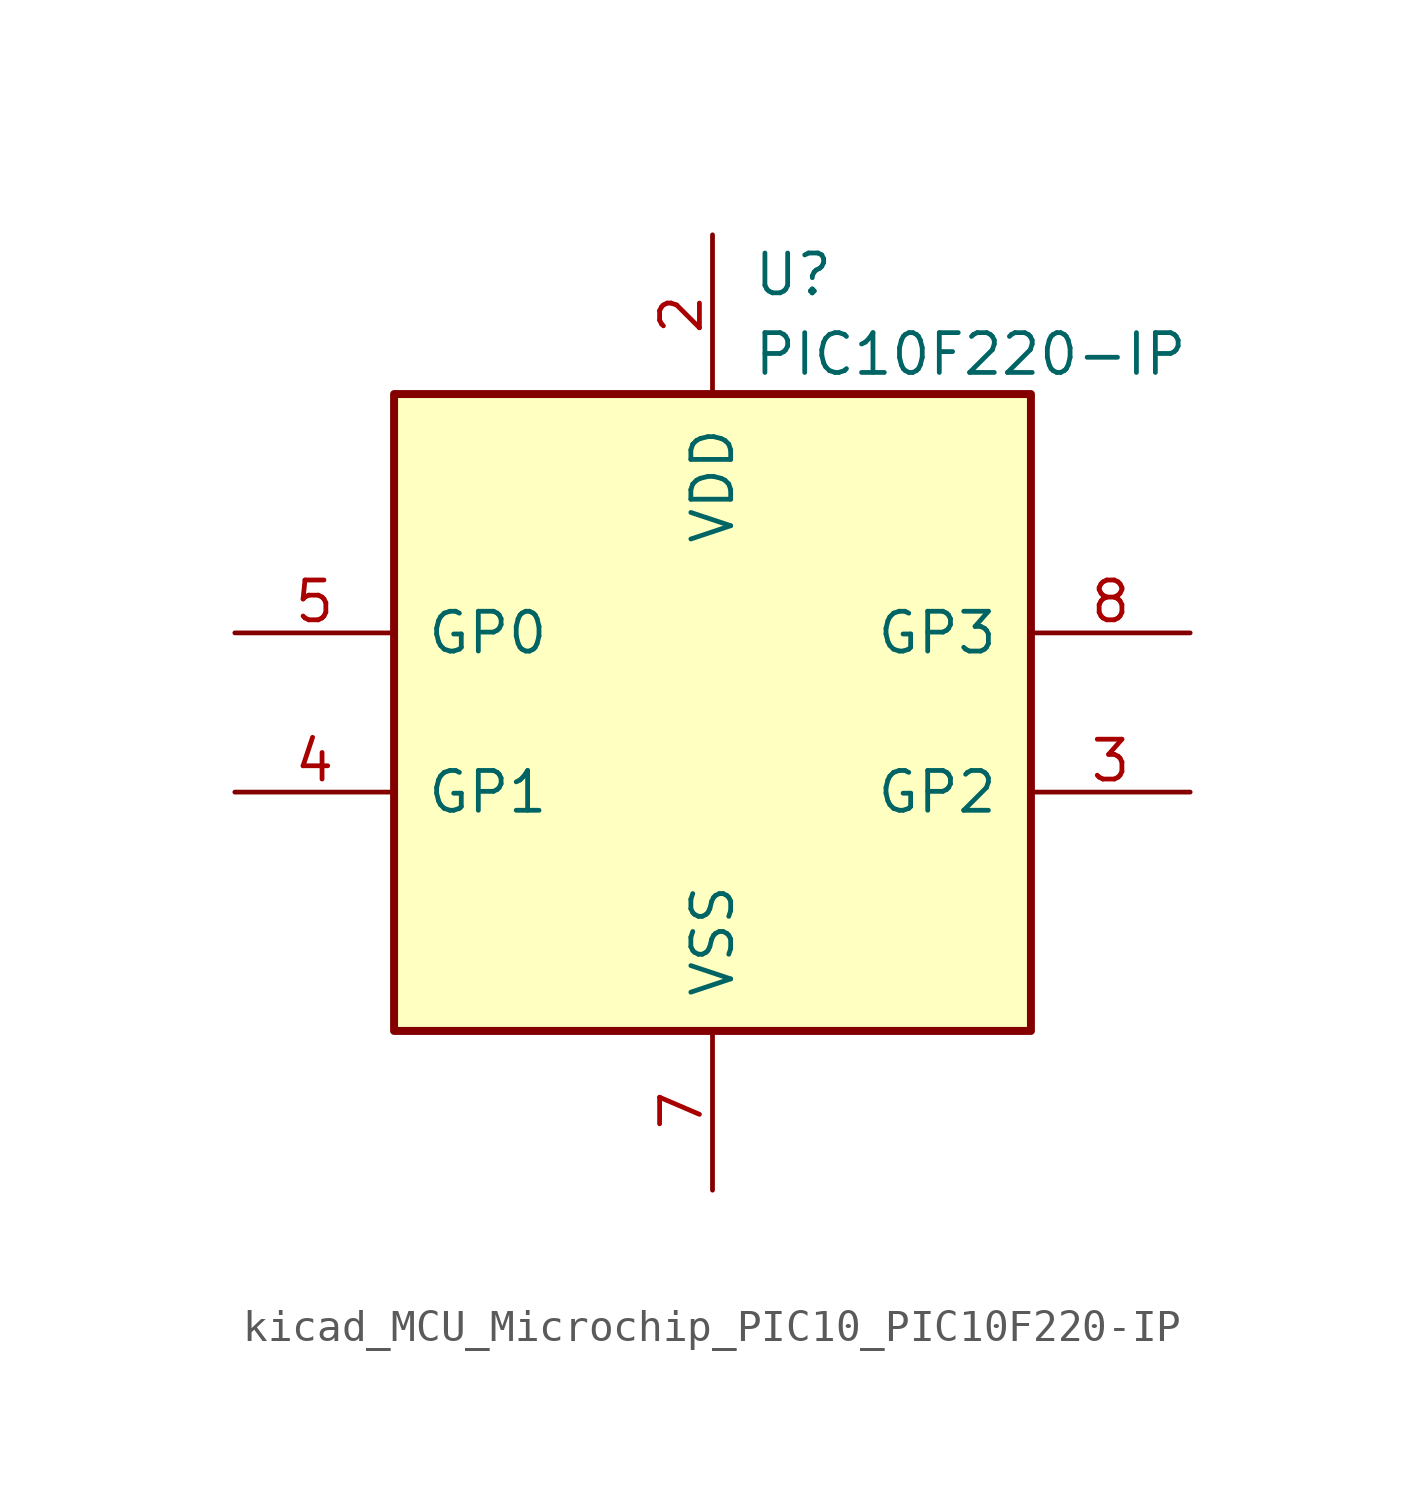
<source format=kicad_sym>
(kicad_symbol_lib
  (version 20220914)
  (generator kicad_symbol_editor)
  (symbol "kicad_MCU_Microchip_PIC10_PIC10F220-IP"
    (pin_names
      (offset 1.016))
    (property "Reference" "U"
      (at 1.27 13.97 0)
      (effects (font (size 1.27 1.27)) (justify left)))
    (property "Value" "PIC10F220-IP"
      (at 1.27 11.43 0)
      (effects (font (size 1.27 1.27)) (justify left)))
    (symbol "kicad_MCU_Microchip_PIC10_PIC10F220-IP_0_1"
      (rectangle (start -10.16 10.16) (end 10.16 -10.16) (stroke (width 0.254) (type default)) (fill (type background))))
    (symbol "kicad_MCU_Microchip_PIC10_PIC10F220-IP_1_1"
      (pin power_in line (at 0 15.24 270) (length 5.08) (name "VDD" (effects (font (size 1.27 1.27)))) (number "2" (effects (font (size 1.27 1.27)))))
      (pin bidirectional line (at 15.24 -2.54 180) (length 5.08) (name "GP2" (effects (font (size 1.27 1.27)))) (number "3" (effects (font (size 1.27 1.27)))))
      (pin bidirectional line (at -15.24 -2.54 0) (length 5.08) (name "GP1" (effects (font (size 1.27 1.27)))) (number "4" (effects (font (size 1.27 1.27)))))
      (pin bidirectional line (at -15.24 2.54 0) (length 5.08) (name "GP0" (effects (font (size 1.27 1.27)))) (number "5" (effects (font (size 1.27 1.27)))))
      (pin power_in line (at 0 -15.24 90) (length 5.08) (name "VSS" (effects (font (size 1.27 1.27)))) (number "7" (effects (font (size 1.27 1.27)))))
      (pin input line (at 15.24 2.54 180) (length 5.08) (name "GP3" (effects (font (size 1.27 1.27)))) (number "8" (effects (font (size 1.27 1.27))))))))
</source>
